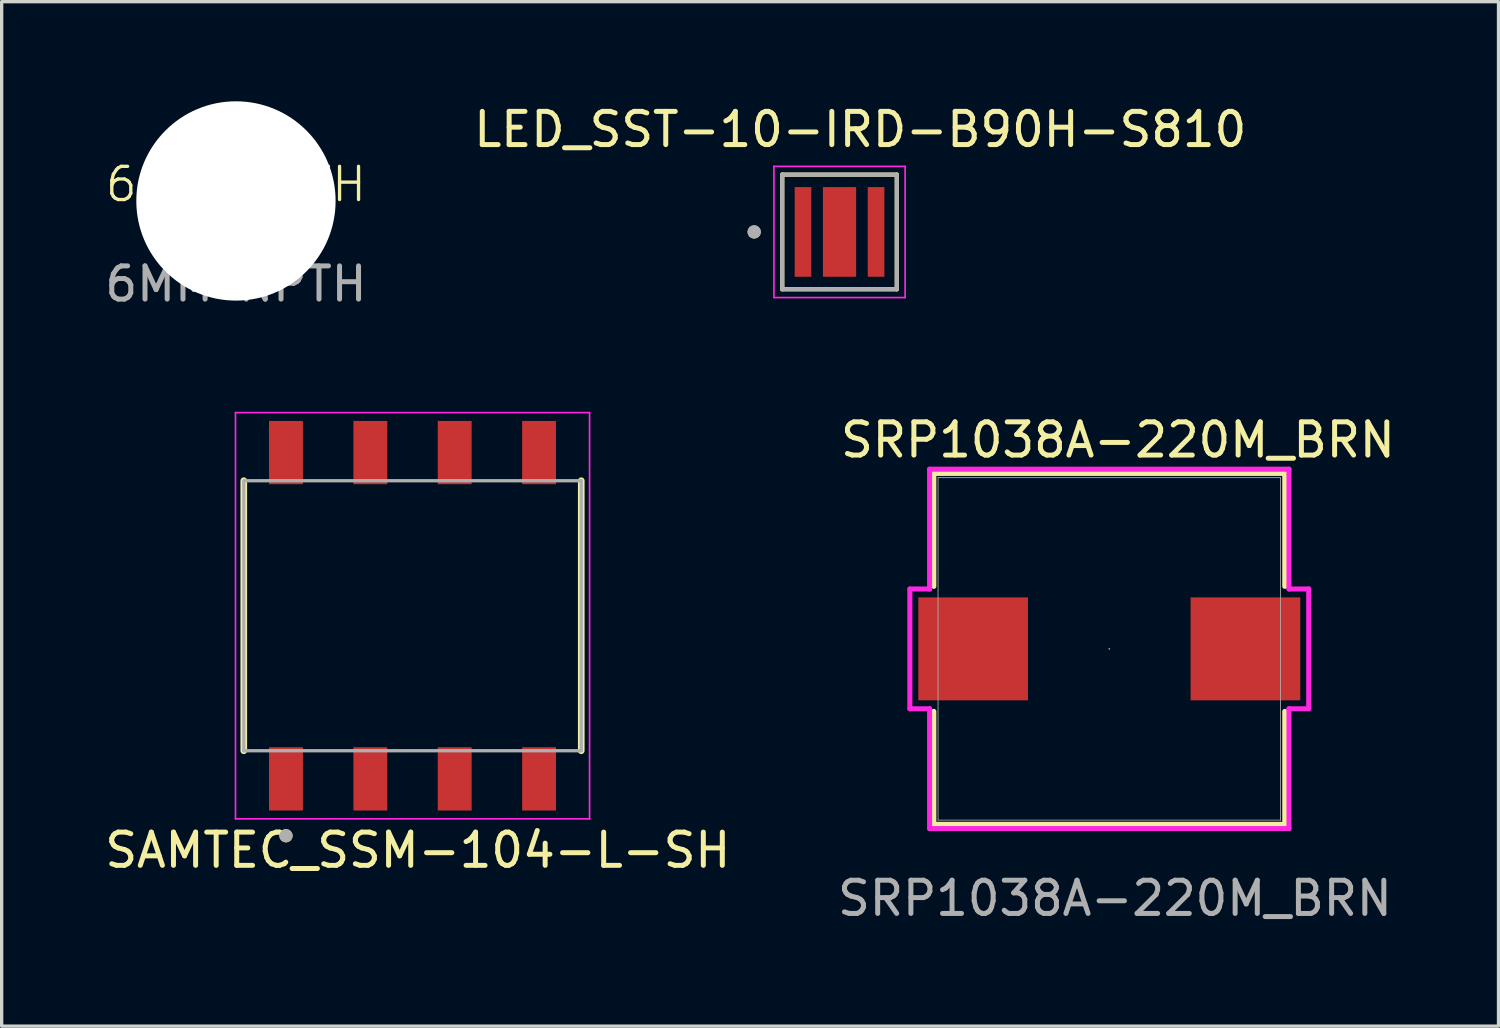
<source format=kicad_pcb>
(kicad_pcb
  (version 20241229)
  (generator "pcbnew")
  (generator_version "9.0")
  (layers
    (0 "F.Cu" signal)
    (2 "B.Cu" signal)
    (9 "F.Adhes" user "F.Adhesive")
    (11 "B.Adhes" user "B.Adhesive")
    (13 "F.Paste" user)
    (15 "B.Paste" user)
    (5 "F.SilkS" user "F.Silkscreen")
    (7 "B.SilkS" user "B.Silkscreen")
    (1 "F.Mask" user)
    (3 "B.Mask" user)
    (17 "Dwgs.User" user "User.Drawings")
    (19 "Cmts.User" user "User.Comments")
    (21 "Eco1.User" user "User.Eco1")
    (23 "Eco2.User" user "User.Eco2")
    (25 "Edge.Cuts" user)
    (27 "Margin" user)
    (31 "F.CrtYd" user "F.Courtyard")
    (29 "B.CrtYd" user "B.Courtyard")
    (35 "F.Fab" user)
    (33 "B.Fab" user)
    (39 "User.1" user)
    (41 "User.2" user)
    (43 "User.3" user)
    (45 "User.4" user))
  (footprint "6MM NPTH"
    (layer "F.Cu")
    (at 4.054 3)
    (property "Reference" "6MM NPTH" (at 0 -0.5 0) (unlocked yes) (layer "F.SilkS") (effects (font (size 1 1) (thickness 0.1))))
    (attr through_hole)
    (fp_text user "${REFERENCE}" (at 0 2.5 0) (unlocked yes) (layer "F.Fab") (effects (font (size 1 1) (thickness 0.15))))
    (pad "" np_thru_hole circle (at 0 0) (size 6 6) (drill 6) (layers "*.Cu" "*.Mask")))
  (footprint "LED_SST-10-IRD-B90H-S810"
    (layer "F.Cu")
    (at 22.226 3.933)
    (property "Reference" "LED_SST-10-IRD-B90H-S810" (at 0.625 -3.085 0) (layer "F.SilkS") (effects (font (size 1 1) (thickness 0.15))))
    (attr smd)
    (fp_line (start -1.725 -1.725) (end 1.725 -1.725) (stroke (width 0.127) (type solid)) (layer "F.SilkS"))
    (fp_line (start -1.725 1.725) (end -1.725 -1.725) (stroke (width 0.127) (type solid)) (layer "F.SilkS"))
    (fp_line (start 1.725 -1.725) (end 1.725 1.725) (stroke (width 0.127) (type solid)) (layer "F.SilkS"))
    (fp_line (start 1.725 1.725) (end -1.725 1.725) (stroke (width 0.127) (type solid)) (layer "F.SilkS"))
    (fp_circle (center -2.57 0) (end -2.47 0) (stroke (width 0.2) (type solid)) (fill no) (layer "F.SilkS"))
    (fp_poly (pts (xy -0.316 -0.854) (xy 0.316 -0.854) (xy 0.316 0.854) (xy -0.316 0.854)) (stroke (width 0.01) (type solid)) (fill yes) (layer "F.Paste"))
    (fp_line (start -1.975 -1.975) (end -1.975 1.975) (stroke (width 0.05) (type solid)) (layer "F.CrtYd"))
    (fp_line (start -1.975 1.975) (end 1.975 1.975) (stroke (width 0.05) (type solid)) (layer "F.CrtYd"))
    (fp_line (start 1.975 -1.975) (end -1.975 -1.975) (stroke (width 0.05) (type solid)) (layer "F.CrtYd"))
    (fp_line (start 1.975 1.975) (end 1.975 -1.975) (stroke (width 0.05) (type solid)) (layer "F.CrtYd"))
    (fp_line (start -1.725 -1.725) (end 1.725 -1.725) (stroke (width 0.127) (type solid)) (layer "F.Fab"))
    (fp_line (start -1.725 1.725) (end -1.725 -1.725) (stroke (width 0.127) (type solid)) (layer "F.Fab"))
    (fp_line (start 1.725 -1.725) (end 1.725 1.725) (stroke (width 0.127) (type solid)) (layer "F.Fab"))
    (fp_line (start 1.725 1.725) (end -1.725 1.725) (stroke (width 0.127) (type solid)) (layer "F.Fab"))
    (fp_circle (center -2.57 0) (end -2.47 0) (stroke (width 0.2) (type solid)) (fill no) (layer "F.Fab"))
    (pad "A" smd rect (at 1.1 0) (size 0.5 2.7) (layers "F.Cu" "F.Mask" "F.Paste"))
    (pad "C" smd rect (at -1.1 0) (size 0.5 2.7) (layers "F.Cu" "F.Mask" "F.Paste"))
    (pad "S" smd rect (at 0 0) (size 1 2.7) (layers "F.Cu" "F.Mask")))
  (footprint "SAMTEC_SSM-104-L-SH"
    (layer "F.Cu")
    (at 9.37 15.488)
    (property "Reference" "SAMTEC_SSM-104-L-SH" (at 0.16 7.06 0) (layer "F.SilkS") (effects (font (size 1 1) (thickness 0.15))))
    (attr smd)
    (fp_line (start -5.08 4.065) (end -5.08 -4.065) (stroke (width 0.2) (type solid)) (layer "F.SilkS"))
    (fp_line (start 5.08 4.065) (end 5.08 -4.065) (stroke (width 0.2) (type solid)) (layer "F.SilkS"))
    (fp_circle (center -3.81 6.625) (end -3.71 6.625) (stroke (width 0.2) (type solid)) (fill no) (layer "F.SilkS"))
    (fp_line (start -5.33 -6.115) (end 5.33 -6.115) (stroke (width 0.05) (type solid)) (layer "F.CrtYd"))
    (fp_line (start -5.33 6.115) (end -5.33 -6.115) (stroke (width 0.05) (type solid)) (layer "F.CrtYd"))
    (fp_line (start 5.33 -6.115) (end 5.33 6.115) (stroke (width 0.05) (type solid)) (layer "F.CrtYd"))
    (fp_line (start 5.33 6.115) (end -5.33 6.115) (stroke (width 0.05) (type solid)) (layer "F.CrtYd"))
    (fp_line (start -5.08 -4.065) (end 5.08 -4.065) (stroke (width 0.1) (type solid)) (layer "F.Fab"))
    (fp_line (start -5.08 4.065) (end -5.08 -4.065) (stroke (width 0.1) (type solid)) (layer "F.Fab"))
    (fp_line (start 5.08 -4.065) (end 5.08 4.065) (stroke (width 0.1) (type solid)) (layer "F.Fab"))
    (fp_line (start 5.08 4.065) (end -5.08 4.065) (stroke (width 0.1) (type solid)) (layer "F.Fab"))
    (fp_circle (center -3.81 6.625) (end -3.71 6.625) (stroke (width 0.2) (type solid)) (fill no) (layer "F.Fab"))
    (pad "1" smd rect (at -3.81 -4.912) (size 1.02 1.905) (layers "F.Cu" "F.Mask" "F.Paste"))
    (pad "1" smd rect (at -3.81 4.912) (size 1.02 1.905) (layers "F.Cu" "F.Mask" "F.Paste"))
    (pad "2" smd rect (at -1.27 -4.912) (size 1.02 1.905) (layers "F.Cu" "F.Mask" "F.Paste"))
    (pad "2" smd rect (at -1.27 4.912) (size 1.02 1.905) (layers "F.Cu" "F.Mask" "F.Paste"))
    (pad "3" smd rect (at 1.27 -4.912) (size 1.02 1.905) (layers "F.Cu" "F.Mask" "F.Paste"))
    (pad "3" smd rect (at 1.27 4.912) (size 1.02 1.905) (layers "F.Cu" "F.Mask" "F.Paste"))
    (pad "4" smd rect (at 3.81 -4.912) (size 1.02 1.905) (layers "F.Cu" "F.Mask" "F.Paste"))
    (pad "4" smd rect (at 3.81 4.912) (size 1.02 1.905) (layers "F.Cu" "F.Mask" "F.Paste")))
  (footprint "SRP1038A-220M_BRN"
    (layer "F.Cu")
    (at 30.348 16.486)
    (property "Reference" "SRP1038A-220M_BRN" (at 0.26 -6.29 0) (unlocked yes) (layer "F.SilkS") (effects (font (size 1 1) (thickness 0.15))))
    (attr smd)
    (fp_line (start -5.283 -5.283) (end -5.283 -1.882) (stroke (width 0.152) (type solid)) (layer "F.SilkS"))
    (fp_line (start -5.283 1.882) (end -5.283 5.283) (stroke (width 0.152) (type solid)) (layer "F.SilkS"))
    (fp_line (start -5.283 5.283) (end 5.283 5.283) (stroke (width 0.152) (type solid)) (layer "F.SilkS"))
    (fp_line (start 5.283 -5.283) (end -5.283 -5.283) (stroke (width 0.152) (type solid)) (layer "F.SilkS"))
    (fp_line (start 5.283 -1.882) (end 5.283 -5.283) (stroke (width 0.152) (type solid)) (layer "F.SilkS"))
    (fp_line (start 5.283 5.283) (end 5.283 1.882) (stroke (width 0.152) (type solid)) (layer "F.SilkS"))
    (fp_line (start -6.004 -1.803) (end -5.41 -1.803) (stroke (width 0.152) (type solid)) (layer "F.CrtYd"))
    (fp_line (start -6.004 1.803) (end -6.004 -1.803) (stroke (width 0.152) (type solid)) (layer "F.CrtYd"))
    (fp_line (start -6.004 1.803) (end -5.41 1.803) (stroke (width 0.152) (type solid)) (layer "F.CrtYd"))
    (fp_line (start -5.41 -5.41) (end 5.41 -5.41) (stroke (width 0.152) (type solid)) (layer "F.CrtYd"))
    (fp_line (start -5.41 -1.803) (end -5.41 -5.41) (stroke (width 0.152) (type solid)) (layer "F.CrtYd"))
    (fp_line (start -5.41 5.41) (end -5.41 1.803) (stroke (width 0.152) (type solid)) (layer "F.CrtYd"))
    (fp_line (start 5.41 -5.41) (end 5.41 -1.803) (stroke (width 0.152) (type solid)) (layer "F.CrtYd"))
    (fp_line (start 5.41 1.803) (end 5.41 5.41) (stroke (width 0.152) (type solid)) (layer "F.CrtYd"))
    (fp_line (start 5.41 5.41) (end -5.41 5.41) (stroke (width 0.152) (type solid)) (layer "F.CrtYd"))
    (fp_line (start 6.004 -1.803) (end 5.41 -1.803) (stroke (width 0.152) (type solid)) (layer "F.CrtYd"))
    (fp_line (start 6.004 -1.803) (end 6.004 1.803) (stroke (width 0.152) (type solid)) (layer "F.CrtYd"))
    (fp_line (start 6.004 1.803) (end 5.41 1.803) (stroke (width 0.152) (type solid)) (layer "F.CrtYd"))
    (fp_line (start -5.156 -5.156) (end -5.156 5.156) (stroke (width 0.025) (type solid)) (layer "F.Fab"))
    (fp_line (start -5.156 5.156) (end 5.156 5.156) (stroke (width 0.025) (type solid)) (layer "F.Fab"))
    (fp_line (start 5.156 -5.156) (end -5.156 -5.156) (stroke (width 0.025) (type solid)) (layer "F.Fab"))
    (fp_line (start 5.156 5.156) (end 5.156 -5.156) (stroke (width 0.025) (type solid)) (layer "F.Fab"))
    (fp_circle (center 0 0) (end 0 0) (stroke (width 0.025) (type solid)) (fill no) (layer "F.Fab"))
    (fp_text user "${REFERENCE}" (at 0.17 7.51 0) (unlocked yes) (layer "F.Fab") (effects (font (size 1 1) (thickness 0.15))))
    (pad "1" smd rect (at -4.099 0) (size 3.302 3.099) (layers "F.Cu" "F.Mask" "F.Paste"))
    (pad "2" smd rect (at 4.099 0) (size 3.302 3.099) (layers "F.Cu" "F.Mask" "F.Paste")))
  (gr_rect
    (start -3 -3)
    (end 42.066 27.845)
    (stroke (width 0.1) (type default))
    (fill no)
    (layer "Edge.Cuts")))
</source>
